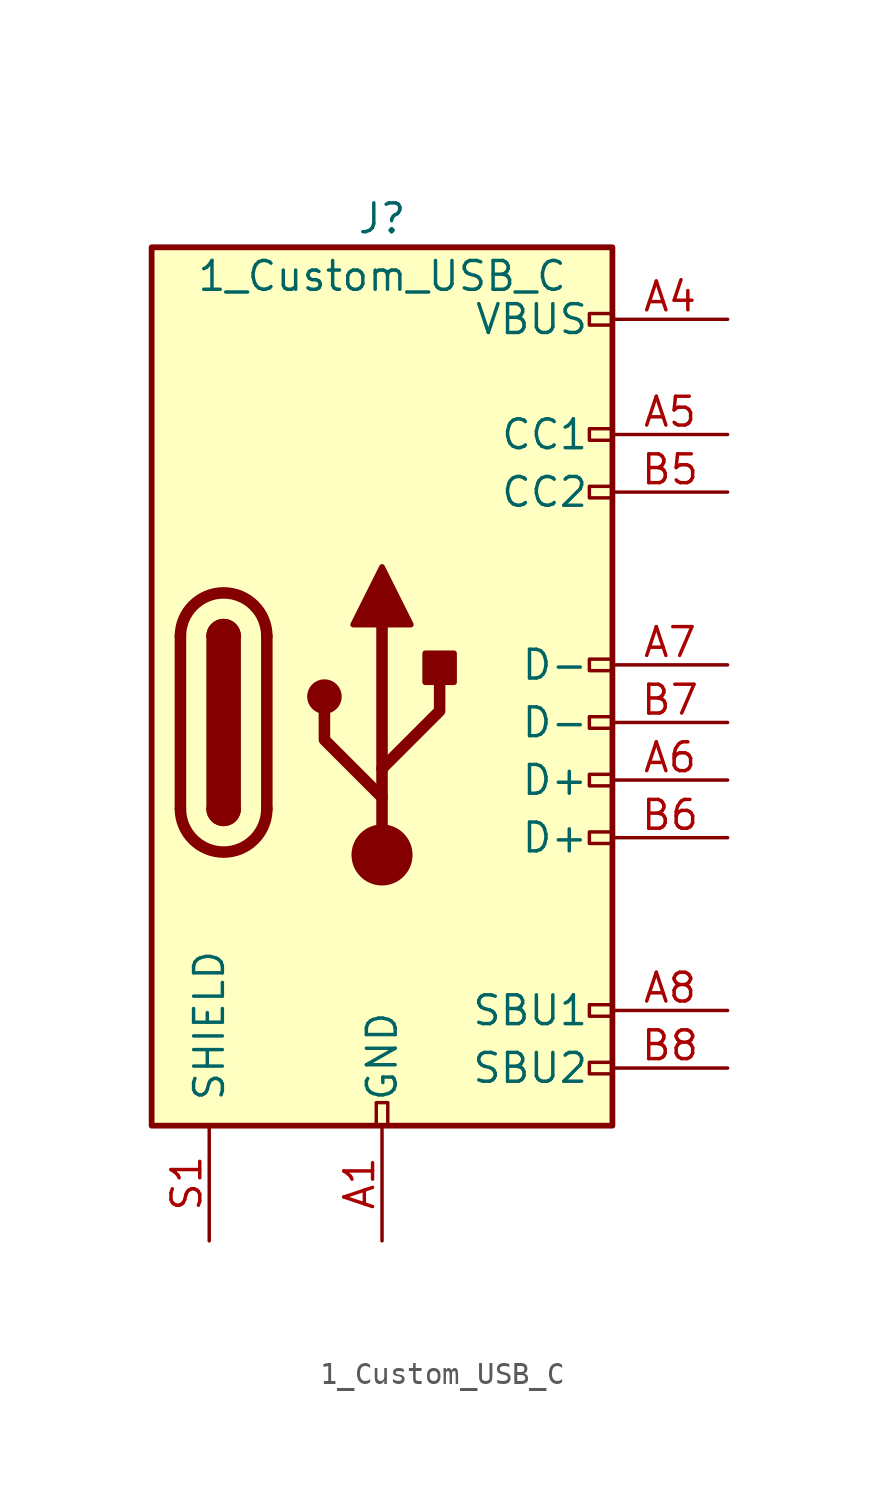
<source format=kicad_sym>
(kicad_symbol_lib
  (version 20241209)
  (generator "kicad_symbol_editor")
  (generator_version "9.0")
  (symbol "1_Custom_USB_C"
    (pin_names
      (offset 1.016))
    (property "Reference" "J"
      (at 0 22.225 0)
      (effects (font (size 1.27 1.27))))
    (property "Value" "1_Custom_USB_C"
      (at 0 19.685 0)
      (effects (font (size 1.27 1.27))))
    (symbol "1_Custom_USB_C_0_0"
      (rectangle (start -0.254 -17.78) (end 0.254 -16.764) (stroke (width 0) (type default)) (fill (type none)))
      (rectangle (start 10.16 18.034) (end 9.144 17.526) (stroke (width 0) (type default)) (fill (type none)))
      (rectangle (start 10.16 12.954) (end 9.144 12.446) (stroke (width 0) (type default)) (fill (type none)))
      (rectangle (start 10.16 10.414) (end 9.144 9.906) (stroke (width 0) (type default)) (fill (type none)))
      (rectangle (start 10.16 2.794) (end 9.144 2.286) (stroke (width 0) (type default)) (fill (type none)))
      (rectangle (start 10.16 0.254) (end 9.144 -0.254) (stroke (width 0) (type default)) (fill (type none)))
      (rectangle (start 10.16 -2.286) (end 9.144 -2.794) (stroke (width 0) (type default)) (fill (type none)))
      (rectangle (start 10.16 -4.826) (end 9.144 -5.334) (stroke (width 0) (type default)) (fill (type none)))
      (rectangle (start 10.16 -12.446) (end 9.144 -12.954) (stroke (width 0) (type default)) (fill (type none)))
      (rectangle (start 10.16 -14.986) (end 9.144 -15.494) (stroke (width 0) (type default)) (fill (type none))))
    (symbol "1_Custom_USB_C_0_1"
      (rectangle (start -10.16 20.955) (end 10.16 -17.78) (stroke (width 0.254) (type default)) (fill (type background)))
      (polyline (pts (xy -8.89 -3.81) (xy -8.89 3.81)) (stroke (width 0.508) (type default)) (fill (type none)))
      (rectangle (start -7.62 -3.81) (end -6.35 3.81) (stroke (width 0.254) (type default)) (fill (type outline)))
      (arc (start -7.62 3.81) (mid -6.985 4.4423) (end -6.35 3.81) (stroke (width 0.254) (type default)) (fill (type none)))
      (arc (start -7.62 3.81) (mid -6.985 4.4423) (end -6.35 3.81) (stroke (width 0.254) (type default)) (fill (type outline)))
      (arc (start -8.89 3.81) (mid -6.985 5.7067) (end -5.08 3.81) (stroke (width 0.508) (type default)) (fill (type none)))
      (arc (start -5.08 -3.81) (mid -6.985 -5.7067) (end -8.89 -3.81) (stroke (width 0.508) (type default)) (fill (type none)))
      (arc (start -6.35 -3.81) (mid -6.985 -4.4423) (end -7.62 -3.81) (stroke (width 0.254) (type default)) (fill (type none)))
      (arc (start -6.35 -3.81) (mid -6.985 -4.4423) (end -7.62 -3.81) (stroke (width 0.254) (type default)) (fill (type outline)))
      (polyline (pts (xy -5.08 3.81) (xy -5.08 -3.81)) (stroke (width 0.508) (type default)) (fill (type none)))
      (circle (center -2.54 1.143) (radius 0.635) (stroke (width 0.254) (type default)) (fill (type outline)))
      (polyline (pts (xy -1.27 4.318) (xy 0 6.858) (xy 1.27 4.318) (xy -1.27 4.318)) (stroke (width 0.254) (type default)) (fill (type outline)))
      (polyline (pts (xy 0 -2.032) (xy 2.54 0.508) (xy 2.54 1.778)) (stroke (width 0.508) (type default)) (fill (type none)))
      (polyline (pts (xy 0 -3.302) (xy -2.54 -0.762) (xy -2.54 0.508)) (stroke (width 0.508) (type default)) (fill (type none)))
      (polyline (pts (xy 0 -5.842) (xy 0 4.318)) (stroke (width 0.508) (type default)) (fill (type none)))
      (circle (center 0 -5.842) (radius 1.27) (stroke (width 0) (type default)) (fill (type outline)))
      (rectangle (start 1.905 1.778) (end 3.175 3.048) (stroke (width 0.254) (type default)) (fill (type outline))))
    (symbol "1_Custom_USB_C_1_1"
      (pin passive line (at -7.62 -22.86 90) (length 5.08) (name "SHIELD" (effects (font (size 1.27 1.27)))) (number "S1" (effects (font (size 1.27 1.27)))))
      (pin passive line (at 0 -22.86 90) (length 5.08) (name "GND" (effects (font (size 1.27 1.27)))) (number "A1" (effects (font (size 1.27 1.27)))))
      (pin passive line (at 0 -22.86 90) (length 5.08) (hide yes) (name "GND" (effects (font (size 1.27 1.27)))) (number "A12" (effects (font (size 1.27 1.27)))))
      (pin passive line (at 0 -22.86 90) (length 5.08) (hide yes) (name "GND" (effects (font (size 1.27 1.27)))) (number "B1" (effects (font (size 1.27 1.27)))))
      (pin passive line (at 0 -22.86 90) (length 5.08) (hide yes) (name "GND" (effects (font (size 1.27 1.27)))) (number "B12" (effects (font (size 1.27 1.27)))))
      (pin passive line (at 15.24 17.78 180) (length 5.08) (name "VBUS" (effects (font (size 1.27 1.27)))) (number "A4" (effects (font (size 1.27 1.27)))))
      (pin passive line (at 15.24 17.78 180) (length 5.08) (hide yes) (name "VBUS" (effects (font (size 1.27 1.27)))) (number "A9" (effects (font (size 1.27 1.27)))))
      (pin passive line (at 15.24 17.78 180) (length 5.08) (hide yes) (name "VBUS" (effects (font (size 1.27 1.27)))) (number "B4" (effects (font (size 1.27 1.27)))))
      (pin passive line (at 15.24 17.78 180) (length 5.08) (hide yes) (name "VBUS" (effects (font (size 1.27 1.27)))) (number "B9" (effects (font (size 1.27 1.27)))))
      (pin bidirectional line (at 15.24 12.7 180) (length 5.08) (name "CC1" (effects (font (size 1.27 1.27)))) (number "A5" (effects (font (size 1.27 1.27)))))
      (pin bidirectional line (at 15.24 10.16 180) (length 5.08) (name "CC2" (effects (font (size 1.27 1.27)))) (number "B5" (effects (font (size 1.27 1.27)))))
      (pin bidirectional line (at 15.24 2.54 180) (length 5.08) (name "D-" (effects (font (size 1.27 1.27)))) (number "A7" (effects (font (size 1.27 1.27)))))
      (pin bidirectional line (at 15.24 0 180) (length 5.08) (name "D-" (effects (font (size 1.27 1.27)))) (number "B7" (effects (font (size 1.27 1.27)))))
      (pin bidirectional line (at 15.24 -2.54 180) (length 5.08) (name "D+" (effects (font (size 1.27 1.27)))) (number "A6" (effects (font (size 1.27 1.27)))))
      (pin bidirectional line (at 15.24 -5.08 180) (length 5.08) (name "D+" (effects (font (size 1.27 1.27)))) (number "B6" (effects (font (size 1.27 1.27)))))
      (pin bidirectional line (at 15.24 -12.7 180) (length 5.08) (name "SBU1" (effects (font (size 1.27 1.27)))) (number "A8" (effects (font (size 1.27 1.27)))))
      (pin bidirectional line (at 15.24 -15.24 180) (length 5.08) (name "SBU2" (effects (font (size 1.27 1.27)))) (number "B8" (effects (font (size 1.27 1.27))))))))
</source>
